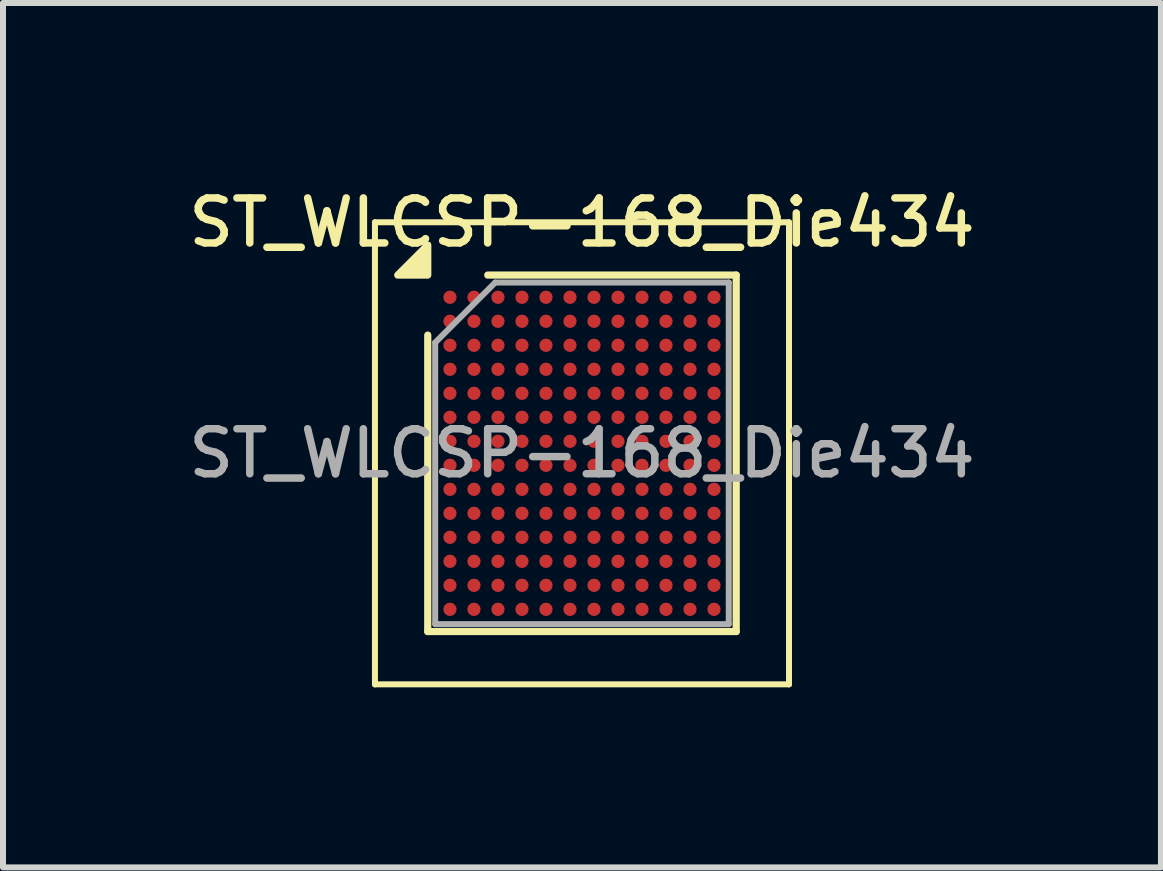
<source format=kicad_pcb>
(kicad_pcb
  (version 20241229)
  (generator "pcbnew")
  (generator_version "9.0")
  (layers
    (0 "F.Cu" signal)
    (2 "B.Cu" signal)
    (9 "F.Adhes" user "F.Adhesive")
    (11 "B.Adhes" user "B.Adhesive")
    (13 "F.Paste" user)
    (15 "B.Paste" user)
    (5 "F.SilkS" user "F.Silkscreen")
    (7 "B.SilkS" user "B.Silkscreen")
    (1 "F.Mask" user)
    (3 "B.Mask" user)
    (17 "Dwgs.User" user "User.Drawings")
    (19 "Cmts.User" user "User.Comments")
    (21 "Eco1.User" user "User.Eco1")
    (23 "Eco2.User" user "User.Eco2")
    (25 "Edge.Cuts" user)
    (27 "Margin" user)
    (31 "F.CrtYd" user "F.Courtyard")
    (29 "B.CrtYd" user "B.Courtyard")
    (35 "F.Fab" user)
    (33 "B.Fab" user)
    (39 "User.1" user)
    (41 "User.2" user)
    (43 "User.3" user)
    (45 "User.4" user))
  (footprint "ST_WLCSP-168_Die434"
    (layer "F.Cu")
    (at 6.648 4.504)
    (property "Reference" "ST_WLCSP-168_Die434" (at 0 -3.846 0) (layer "F.SilkS") (effects (font (size 0.75 0.75) (thickness 0.125))))
    (attr smd)
    (fp_line (start -3.45 -3.85) (end -3.45 3.85) (stroke (width 0.1) (type solid)) (layer "F.SilkS"))
    (fp_line (start -3.45 3.85) (end 3.45 3.85) (stroke (width 0.1) (type solid)) (layer "F.SilkS"))
    (fp_line (start -2.57 2.97) (end -2.57 -1.97) (stroke (width 0.12) (type solid)) (layer "F.SilkS"))
    (fp_line (start -1.57 -2.97) (end 2.57 -2.97) (stroke (width 0.12) (type solid)) (layer "F.SilkS"))
    (fp_line (start 2.57 -2.97) (end 2.57 2.97) (stroke (width 0.12) (type solid)) (layer "F.SilkS"))
    (fp_line (start 2.57 2.97) (end -2.57 2.97) (stroke (width 0.12) (type solid)) (layer "F.SilkS"))
    (fp_line (start 3.45 -3.85) (end -3.45 -3.85) (stroke (width 0.1) (type solid)) (layer "F.SilkS"))
    (fp_line (start 3.45 3.85) (end 3.45 -3.85) (stroke (width 0.1) (type solid)) (layer "F.SilkS"))
    (fp_poly (pts (xy -2.57 -2.97) (xy -3.07 -2.97) (xy -2.57 -3.47) (xy -2.57 -2.97)) (stroke (width 0.12) (type solid)) (fill yes) (layer "F.SilkS"))
    (fp_line (start -2.446 -1.846) (end -1.446 -2.846) (stroke (width 0.1) (type solid)) (layer "F.Fab"))
    (fp_line (start -2.446 2.846) (end -2.446 -1.846) (stroke (width 0.1) (type solid)) (layer "F.Fab"))
    (fp_line (start -1.446 -2.846) (end 2.446 -2.846) (stroke (width 0.1) (type solid)) (layer "F.Fab"))
    (fp_line (start 2.446 -2.846) (end 2.446 2.846) (stroke (width 0.1) (type solid)) (layer "F.Fab"))
    (fp_line (start 2.446 2.846) (end -2.446 2.846) (stroke (width 0.1) (type solid)) (layer "F.Fab"))
    (fp_text user "${REFERENCE}" (at 0 0 0) (layer "F.Fab") (effects (font (size 0.75 0.75) (thickness 0.125))))
    (pad "A1" smd circle (at -2.2 -2.6) (size 0.22 0.22) (property pad_prop_bga) (layers "F.Cu" "F.Mask" "F.Paste"))
    (pad "A2" smd circle (at -1.8 -2.6) (size 0.22 0.22) (property pad_prop_bga) (layers "F.Cu" "F.Mask" "F.Paste"))
    (pad "A3" smd circle (at -1.4 -2.6) (size 0.22 0.22) (property pad_prop_bga) (layers "F.Cu" "F.Mask" "F.Paste"))
    (pad "A4" smd circle (at -1 -2.6) (size 0.22 0.22) (property pad_prop_bga) (layers "F.Cu" "F.Mask" "F.Paste"))
    (pad "A5" smd circle (at -0.6 -2.6) (size 0.22 0.22) (property pad_prop_bga) (layers "F.Cu" "F.Mask" "F.Paste"))
    (pad "A6" smd circle (at -0.2 -2.6) (size 0.22 0.22) (property pad_prop_bga) (layers "F.Cu" "F.Mask" "F.Paste"))
    (pad "A7" smd circle (at 0.2 -2.6) (size 0.22 0.22) (property pad_prop_bga) (layers "F.Cu" "F.Mask" "F.Paste"))
    (pad "A8" smd circle (at 0.6 -2.6) (size 0.22 0.22) (property pad_prop_bga) (layers "F.Cu" "F.Mask" "F.Paste"))
    (pad "A9" smd circle (at 1 -2.6) (size 0.22 0.22) (property pad_prop_bga) (layers "F.Cu" "F.Mask" "F.Paste"))
    (pad "A10" smd circle (at 1.4 -2.6) (size 0.22 0.22) (property pad_prop_bga) (layers "F.Cu" "F.Mask" "F.Paste"))
    (pad "A11" smd circle (at 1.8 -2.6) (size 0.22 0.22) (property pad_prop_bga) (layers "F.Cu" "F.Mask" "F.Paste"))
    (pad "A12" smd circle (at 2.2 -2.6) (size 0.22 0.22) (property pad_prop_bga) (layers "F.Cu" "F.Mask" "F.Paste"))
    (pad "B1" smd circle (at -2.2 -2.2) (size 0.22 0.22) (property pad_prop_bga) (layers "F.Cu" "F.Mask" "F.Paste"))
    (pad "B2" smd circle (at -1.8 -2.2) (size 0.22 0.22) (property pad_prop_bga) (layers "F.Cu" "F.Mask" "F.Paste"))
    (pad "B3" smd circle (at -1.4 -2.2) (size 0.22 0.22) (property pad_prop_bga) (layers "F.Cu" "F.Mask" "F.Paste"))
    (pad "B4" smd circle (at -1 -2.2) (size 0.22 0.22) (property pad_prop_bga) (layers "F.Cu" "F.Mask" "F.Paste"))
    (pad "B5" smd circle (at -0.6 -2.2) (size 0.22 0.22) (property pad_prop_bga) (layers "F.Cu" "F.Mask" "F.Paste"))
    (pad "B6" smd circle (at -0.2 -2.2) (size 0.22 0.22) (property pad_prop_bga) (layers "F.Cu" "F.Mask" "F.Paste"))
    (pad "B7" smd circle (at 0.2 -2.2) (size 0.22 0.22) (property pad_prop_bga) (layers "F.Cu" "F.Mask" "F.Paste"))
    (pad "B8" smd circle (at 0.6 -2.2) (size 0.22 0.22) (property pad_prop_bga) (layers "F.Cu" "F.Mask" "F.Paste"))
    (pad "B9" smd circle (at 1 -2.2) (size 0.22 0.22) (property pad_prop_bga) (layers "F.Cu" "F.Mask" "F.Paste"))
    (pad "B10" smd circle (at 1.4 -2.2) (size 0.22 0.22) (property pad_prop_bga) (layers "F.Cu" "F.Mask" "F.Paste"))
    (pad "B11" smd circle (at 1.8 -2.2) (size 0.22 0.22) (property pad_prop_bga) (layers "F.Cu" "F.Mask" "F.Paste"))
    (pad "B12" smd circle (at 2.2 -2.2) (size 0.22 0.22) (property pad_prop_bga) (layers "F.Cu" "F.Mask" "F.Paste"))
    (pad "C1" smd circle (at -2.2 -1.8) (size 0.22 0.22) (property pad_prop_bga) (layers "F.Cu" "F.Mask" "F.Paste"))
    (pad "C2" smd circle (at -1.8 -1.8) (size 0.22 0.22) (property pad_prop_bga) (layers "F.Cu" "F.Mask" "F.Paste"))
    (pad "C3" smd circle (at -1.4 -1.8) (size 0.22 0.22) (property pad_prop_bga) (layers "F.Cu" "F.Mask" "F.Paste"))
    (pad "C4" smd circle (at -1 -1.8) (size 0.22 0.22) (property pad_prop_bga) (layers "F.Cu" "F.Mask" "F.Paste"))
    (pad "C5" smd circle (at -0.6 -1.8) (size 0.22 0.22) (property pad_prop_bga) (layers "F.Cu" "F.Mask" "F.Paste"))
    (pad "C6" smd circle (at -0.2 -1.8) (size 0.22 0.22) (property pad_prop_bga) (layers "F.Cu" "F.Mask" "F.Paste"))
    (pad "C7" smd circle (at 0.2 -1.8) (size 0.22 0.22) (property pad_prop_bga) (layers "F.Cu" "F.Mask" "F.Paste"))
    (pad "C8" smd circle (at 0.6 -1.8) (size 0.22 0.22) (property pad_prop_bga) (layers "F.Cu" "F.Mask" "F.Paste"))
    (pad "C9" smd circle (at 1 -1.8) (size 0.22 0.22) (property pad_prop_bga) (layers "F.Cu" "F.Mask" "F.Paste"))
    (pad "C10" smd circle (at 1.4 -1.8) (size 0.22 0.22) (property pad_prop_bga) (layers "F.Cu" "F.Mask" "F.Paste"))
    (pad "C11" smd circle (at 1.8 -1.8) (size 0.22 0.22) (property pad_prop_bga) (layers "F.Cu" "F.Mask" "F.Paste"))
    (pad "C12" smd circle (at 2.2 -1.8) (size 0.22 0.22) (property pad_prop_bga) (layers "F.Cu" "F.Mask" "F.Paste"))
    (pad "D1" smd circle (at -2.2 -1.4) (size 0.22 0.22) (property pad_prop_bga) (layers "F.Cu" "F.Mask" "F.Paste"))
    (pad "D2" smd circle (at -1.8 -1.4) (size 0.22 0.22) (property pad_prop_bga) (layers "F.Cu" "F.Mask" "F.Paste"))
    (pad "D3" smd circle (at -1.4 -1.4) (size 0.22 0.22) (property pad_prop_bga) (layers "F.Cu" "F.Mask" "F.Paste"))
    (pad "D4" smd circle (at -1 -1.4) (size 0.22 0.22) (property pad_prop_bga) (layers "F.Cu" "F.Mask" "F.Paste"))
    (pad "D5" smd circle (at -0.6 -1.4) (size 0.22 0.22) (property pad_prop_bga) (layers "F.Cu" "F.Mask" "F.Paste"))
    (pad "D6" smd circle (at -0.2 -1.4) (size 0.22 0.22) (property pad_prop_bga) (layers "F.Cu" "F.Mask" "F.Paste"))
    (pad "D7" smd circle (at 0.2 -1.4) (size 0.22 0.22) (property pad_prop_bga) (layers "F.Cu" "F.Mask" "F.Paste"))
    (pad "D8" smd circle (at 0.6 -1.4) (size 0.22 0.22) (property pad_prop_bga) (layers "F.Cu" "F.Mask" "F.Paste"))
    (pad "D9" smd circle (at 1 -1.4) (size 0.22 0.22) (property pad_prop_bga) (layers "F.Cu" "F.Mask" "F.Paste"))
    (pad "D10" smd circle (at 1.4 -1.4) (size 0.22 0.22) (property pad_prop_bga) (layers "F.Cu" "F.Mask" "F.Paste"))
    (pad "D11" smd circle (at 1.8 -1.4) (size 0.22 0.22) (property pad_prop_bga) (layers "F.Cu" "F.Mask" "F.Paste"))
    (pad "D12" smd circle (at 2.2 -1.4) (size 0.22 0.22) (property pad_prop_bga) (layers "F.Cu" "F.Mask" "F.Paste"))
    (pad "E1" smd circle (at -2.2 -1) (size 0.22 0.22) (property pad_prop_bga) (layers "F.Cu" "F.Mask" "F.Paste"))
    (pad "E2" smd circle (at -1.8 -1) (size 0.22 0.22) (property pad_prop_bga) (layers "F.Cu" "F.Mask" "F.Paste"))
    (pad "E3" smd circle (at -1.4 -1) (size 0.22 0.22) (property pad_prop_bga) (layers "F.Cu" "F.Mask" "F.Paste"))
    (pad "E4" smd circle (at -1 -1) (size 0.22 0.22) (property pad_prop_bga) (layers "F.Cu" "F.Mask" "F.Paste"))
    (pad "E5" smd circle (at -0.6 -1) (size 0.22 0.22) (property pad_prop_bga) (layers "F.Cu" "F.Mask" "F.Paste"))
    (pad "E6" smd circle (at -0.2 -1) (size 0.22 0.22) (property pad_prop_bga) (layers "F.Cu" "F.Mask" "F.Paste"))
    (pad "E7" smd circle (at 0.2 -1) (size 0.22 0.22) (property pad_prop_bga) (layers "F.Cu" "F.Mask" "F.Paste"))
    (pad "E8" smd circle (at 0.6 -1) (size 0.22 0.22) (property pad_prop_bga) (layers "F.Cu" "F.Mask" "F.Paste"))
    (pad "E9" smd circle (at 1 -1) (size 0.22 0.22) (property pad_prop_bga) (layers "F.Cu" "F.Mask" "F.Paste"))
    (pad "E10" smd circle (at 1.4 -1) (size 0.22 0.22) (property pad_prop_bga) (layers "F.Cu" "F.Mask" "F.Paste"))
    (pad "E11" smd circle (at 1.8 -1) (size 0.22 0.22) (property pad_prop_bga) (layers "F.Cu" "F.Mask" "F.Paste"))
    (pad "E12" smd circle (at 2.2 -1) (size 0.22 0.22) (property pad_prop_bga) (layers "F.Cu" "F.Mask" "F.Paste"))
    (pad "F1" smd circle (at -2.2 -0.6) (size 0.22 0.22) (property pad_prop_bga) (layers "F.Cu" "F.Mask" "F.Paste"))
    (pad "F2" smd circle (at -1.8 -0.6) (size 0.22 0.22) (property pad_prop_bga) (layers "F.Cu" "F.Mask" "F.Paste"))
    (pad "F3" smd circle (at -1.4 -0.6) (size 0.22 0.22) (property pad_prop_bga) (layers "F.Cu" "F.Mask" "F.Paste"))
    (pad "F4" smd circle (at -1 -0.6) (size 0.22 0.22) (property pad_prop_bga) (layers "F.Cu" "F.Mask" "F.Paste"))
    (pad "F5" smd circle (at -0.6 -0.6) (size 0.22 0.22) (property pad_prop_bga) (layers "F.Cu" "F.Mask" "F.Paste"))
    (pad "F6" smd circle (at -0.2 -0.6) (size 0.22 0.22) (property pad_prop_bga) (layers "F.Cu" "F.Mask" "F.Paste"))
    (pad "F7" smd circle (at 0.2 -0.6) (size 0.22 0.22) (property pad_prop_bga) (layers "F.Cu" "F.Mask" "F.Paste"))
    (pad "F8" smd circle (at 0.6 -0.6) (size 0.22 0.22) (property pad_prop_bga) (layers "F.Cu" "F.Mask" "F.Paste"))
    (pad "F9" smd circle (at 1 -0.6) (size 0.22 0.22) (property pad_prop_bga) (layers "F.Cu" "F.Mask" "F.Paste"))
    (pad "F10" smd circle (at 1.4 -0.6) (size 0.22 0.22) (property pad_prop_bga) (layers "F.Cu" "F.Mask" "F.Paste"))
    (pad "F11" smd circle (at 1.8 -0.6) (size 0.22 0.22) (property pad_prop_bga) (layers "F.Cu" "F.Mask" "F.Paste"))
    (pad "F12" smd circle (at 2.2 -0.6) (size 0.22 0.22) (property pad_prop_bga) (layers "F.Cu" "F.Mask" "F.Paste"))
    (pad "G1" smd circle (at -2.2 -0.2) (size 0.22 0.22) (property pad_prop_bga) (layers "F.Cu" "F.Mask" "F.Paste"))
    (pad "G2" smd circle (at -1.8 -0.2) (size 0.22 0.22) (property pad_prop_bga) (layers "F.Cu" "F.Mask" "F.Paste"))
    (pad "G3" smd circle (at -1.4 -0.2) (size 0.22 0.22) (property pad_prop_bga) (layers "F.Cu" "F.Mask" "F.Paste"))
    (pad "G4" smd circle (at -1 -0.2) (size 0.22 0.22) (property pad_prop_bga) (layers "F.Cu" "F.Mask" "F.Paste"))
    (pad "G5" smd circle (at -0.6 -0.2) (size 0.22 0.22) (property pad_prop_bga) (layers "F.Cu" "F.Mask" "F.Paste"))
    (pad "G6" smd circle (at -0.2 -0.2) (size 0.22 0.22) (property pad_prop_bga) (layers "F.Cu" "F.Mask" "F.Paste"))
    (pad "G7" smd circle (at 0.2 -0.2) (size 0.22 0.22) (property pad_prop_bga) (layers "F.Cu" "F.Mask" "F.Paste"))
    (pad "G8" smd circle (at 0.6 -0.2) (size 0.22 0.22) (property pad_prop_bga) (layers "F.Cu" "F.Mask" "F.Paste"))
    (pad "G9" smd circle (at 1 -0.2) (size 0.22 0.22) (property pad_prop_bga) (layers "F.Cu" "F.Mask" "F.Paste"))
    (pad "G10" smd circle (at 1.4 -0.2) (size 0.22 0.22) (property pad_prop_bga) (layers "F.Cu" "F.Mask" "F.Paste"))
    (pad "G11" smd circle (at 1.8 -0.2) (size 0.22 0.22) (property pad_prop_bga) (layers "F.Cu" "F.Mask" "F.Paste"))
    (pad "G12" smd circle (at 2.2 -0.2) (size 0.22 0.22) (property pad_prop_bga) (layers "F.Cu" "F.Mask" "F.Paste"))
    (pad "H1" smd circle (at -2.2 0.2) (size 0.22 0.22) (property pad_prop_bga) (layers "F.Cu" "F.Mask" "F.Paste"))
    (pad "H2" smd circle (at -1.8 0.2) (size 0.22 0.22) (property pad_prop_bga) (layers "F.Cu" "F.Mask" "F.Paste"))
    (pad "H3" smd circle (at -1.4 0.2) (size 0.22 0.22) (property pad_prop_bga) (layers "F.Cu" "F.Mask" "F.Paste"))
    (pad "H4" smd circle (at -1 0.2) (size 0.22 0.22) (property pad_prop_bga) (layers "F.Cu" "F.Mask" "F.Paste"))
    (pad "H5" smd circle (at -0.6 0.2) (size 0.22 0.22) (property pad_prop_bga) (layers "F.Cu" "F.Mask" "F.Paste"))
    (pad "H6" smd circle (at -0.2 0.2) (size 0.22 0.22) (property pad_prop_bga) (layers "F.Cu" "F.Mask" "F.Paste"))
    (pad "H7" smd circle (at 0.2 0.2) (size 0.22 0.22) (property pad_prop_bga) (layers "F.Cu" "F.Mask" "F.Paste"))
    (pad "H8" smd circle (at 0.6 0.2) (size 0.22 0.22) (property pad_prop_bga) (layers "F.Cu" "F.Mask" "F.Paste"))
    (pad "H9" smd circle (at 1 0.2) (size 0.22 0.22) (property pad_prop_bga) (layers "F.Cu" "F.Mask" "F.Paste"))
    (pad "H10" smd circle (at 1.4 0.2) (size 0.22 0.22) (property pad_prop_bga) (layers "F.Cu" "F.Mask" "F.Paste"))
    (pad "H11" smd circle (at 1.8 0.2) (size 0.22 0.22) (property pad_prop_bga) (layers "F.Cu" "F.Mask" "F.Paste"))
    (pad "H12" smd circle (at 2.2 0.2) (size 0.22 0.22) (property pad_prop_bga) (layers "F.Cu" "F.Mask" "F.Paste"))
    (pad "J1" smd circle (at -2.2 0.6) (size 0.22 0.22) (property pad_prop_bga) (layers "F.Cu" "F.Mask" "F.Paste"))
    (pad "J2" smd circle (at -1.8 0.6) (size 0.22 0.22) (property pad_prop_bga) (layers "F.Cu" "F.Mask" "F.Paste"))
    (pad "J3" smd circle (at -1.4 0.6) (size 0.22 0.22) (property pad_prop_bga) (layers "F.Cu" "F.Mask" "F.Paste"))
    (pad "J4" smd circle (at -1 0.6) (size 0.22 0.22) (property pad_prop_bga) (layers "F.Cu" "F.Mask" "F.Paste"))
    (pad "J5" smd circle (at -0.6 0.6) (size 0.22 0.22) (property pad_prop_bga) (layers "F.Cu" "F.Mask" "F.Paste"))
    (pad "J6" smd circle (at -0.2 0.6) (size 0.22 0.22) (property pad_prop_bga) (layers "F.Cu" "F.Mask" "F.Paste"))
    (pad "J7" smd circle (at 0.2 0.6) (size 0.22 0.22) (property pad_prop_bga) (layers "F.Cu" "F.Mask" "F.Paste"))
    (pad "J8" smd circle (at 0.6 0.6) (size 0.22 0.22) (property pad_prop_bga) (layers "F.Cu" "F.Mask" "F.Paste"))
    (pad "J9" smd circle (at 1 0.6) (size 0.22 0.22) (property pad_prop_bga) (layers "F.Cu" "F.Mask" "F.Paste"))
    (pad "J10" smd circle (at 1.4 0.6) (size 0.22 0.22) (property pad_prop_bga) (layers "F.Cu" "F.Mask" "F.Paste"))
    (pad "J11" smd circle (at 1.8 0.6) (size 0.22 0.22) (property pad_prop_bga) (layers "F.Cu" "F.Mask" "F.Paste"))
    (pad "J12" smd circle (at 2.2 0.6) (size 0.22 0.22) (property pad_prop_bga) (layers "F.Cu" "F.Mask" "F.Paste"))
    (pad "K1" smd circle (at -2.2 1) (size 0.22 0.22) (property pad_prop_bga) (layers "F.Cu" "F.Mask" "F.Paste"))
    (pad "K2" smd circle (at -1.8 1) (size 0.22 0.22) (property pad_prop_bga) (layers "F.Cu" "F.Mask" "F.Paste"))
    (pad "K3" smd circle (at -1.4 1) (size 0.22 0.22) (property pad_prop_bga) (layers "F.Cu" "F.Mask" "F.Paste"))
    (pad "K4" smd circle (at -1 1) (size 0.22 0.22) (property pad_prop_bga) (layers "F.Cu" "F.Mask" "F.Paste"))
    (pad "K5" smd circle (at -0.6 1) (size 0.22 0.22) (property pad_prop_bga) (layers "F.Cu" "F.Mask" "F.Paste"))
    (pad "K6" smd circle (at -0.2 1) (size 0.22 0.22) (property pad_prop_bga) (layers "F.Cu" "F.Mask" "F.Paste"))
    (pad "K7" smd circle (at 0.2 1) (size 0.22 0.22) (property pad_prop_bga) (layers "F.Cu" "F.Mask" "F.Paste"))
    (pad "K8" smd circle (at 0.6 1) (size 0.22 0.22) (property pad_prop_bga) (layers "F.Cu" "F.Mask" "F.Paste"))
    (pad "K9" smd circle (at 1 1) (size 0.22 0.22) (property pad_prop_bga) (layers "F.Cu" "F.Mask" "F.Paste"))
    (pad "K10" smd circle (at 1.4 1) (size 0.22 0.22) (property pad_prop_bga) (layers "F.Cu" "F.Mask" "F.Paste"))
    (pad "K11" smd circle (at 1.8 1) (size 0.22 0.22) (property pad_prop_bga) (layers "F.Cu" "F.Mask" "F.Paste"))
    (pad "K12" smd circle (at 2.2 1) (size 0.22 0.22) (property pad_prop_bga) (layers "F.Cu" "F.Mask" "F.Paste"))
    (pad "L1" smd circle (at -2.2 1.4) (size 0.22 0.22) (property pad_prop_bga) (layers "F.Cu" "F.Mask" "F.Paste"))
    (pad "L2" smd circle (at -1.8 1.4) (size 0.22 0.22) (property pad_prop_bga) (layers "F.Cu" "F.Mask" "F.Paste"))
    (pad "L3" smd circle (at -1.4 1.4) (size 0.22 0.22) (property pad_prop_bga) (layers "F.Cu" "F.Mask" "F.Paste"))
    (pad "L4" smd circle (at -1 1.4) (size 0.22 0.22) (property pad_prop_bga) (layers "F.Cu" "F.Mask" "F.Paste"))
    (pad "L5" smd circle (at -0.6 1.4) (size 0.22 0.22) (property pad_prop_bga) (layers "F.Cu" "F.Mask" "F.Paste"))
    (pad "L6" smd circle (at -0.2 1.4) (size 0.22 0.22) (property pad_prop_bga) (layers "F.Cu" "F.Mask" "F.Paste"))
    (pad "L7" smd circle (at 0.2 1.4) (size 0.22 0.22) (property pad_prop_bga) (layers "F.Cu" "F.Mask" "F.Paste"))
    (pad "L8" smd circle (at 0.6 1.4) (size 0.22 0.22) (property pad_prop_bga) (layers "F.Cu" "F.Mask" "F.Paste"))
    (pad "L9" smd circle (at 1 1.4) (size 0.22 0.22) (property pad_prop_bga) (layers "F.Cu" "F.Mask" "F.Paste"))
    (pad "L10" smd circle (at 1.4 1.4) (size 0.22 0.22) (property pad_prop_bga) (layers "F.Cu" "F.Mask" "F.Paste"))
    (pad "L11" smd circle (at 1.8 1.4) (size 0.22 0.22) (property pad_prop_bga) (layers "F.Cu" "F.Mask" "F.Paste"))
    (pad "L12" smd circle (at 2.2 1.4) (size 0.22 0.22) (property pad_prop_bga) (layers "F.Cu" "F.Mask" "F.Paste"))
    (pad "M1" smd circle (at -2.2 1.8) (size 0.22 0.22) (property pad_prop_bga) (layers "F.Cu" "F.Mask" "F.Paste"))
    (pad "M2" smd circle (at -1.8 1.8) (size 0.22 0.22) (property pad_prop_bga) (layers "F.Cu" "F.Mask" "F.Paste"))
    (pad "M3" smd circle (at -1.4 1.8) (size 0.22 0.22) (property pad_prop_bga) (layers "F.Cu" "F.Mask" "F.Paste"))
    (pad "M4" smd circle (at -1 1.8) (size 0.22 0.22) (property pad_prop_bga) (layers "F.Cu" "F.Mask" "F.Paste"))
    (pad "M5" smd circle (at -0.6 1.8) (size 0.22 0.22) (property pad_prop_bga) (layers "F.Cu" "F.Mask" "F.Paste"))
    (pad "M6" smd circle (at -0.2 1.8) (size 0.22 0.22) (property pad_prop_bga) (layers "F.Cu" "F.Mask" "F.Paste"))
    (pad "M7" smd circle (at 0.2 1.8) (size 0.22 0.22) (property pad_prop_bga) (layers "F.Cu" "F.Mask" "F.Paste"))
    (pad "M8" smd circle (at 0.6 1.8) (size 0.22 0.22) (property pad_prop_bga) (layers "F.Cu" "F.Mask" "F.Paste"))
    (pad "M9" smd circle (at 1 1.8) (size 0.22 0.22) (property pad_prop_bga) (layers "F.Cu" "F.Mask" "F.Paste"))
    (pad "M10" smd circle (at 1.4 1.8) (size 0.22 0.22) (property pad_prop_bga) (layers "F.Cu" "F.Mask" "F.Paste"))
    (pad "M11" smd circle (at 1.8 1.8) (size 0.22 0.22) (property pad_prop_bga) (layers "F.Cu" "F.Mask" "F.Paste"))
    (pad "M12" smd circle (at 2.2 1.8) (size 0.22 0.22) (property pad_prop_bga) (layers "F.Cu" "F.Mask" "F.Paste"))
    (pad "N1" smd circle (at -2.2 2.2) (size 0.22 0.22) (property pad_prop_bga) (layers "F.Cu" "F.Mask" "F.Paste"))
    (pad "N2" smd circle (at -1.8 2.2) (size 0.22 0.22) (property pad_prop_bga) (layers "F.Cu" "F.Mask" "F.Paste"))
    (pad "N3" smd circle (at -1.4 2.2) (size 0.22 0.22) (property pad_prop_bga) (layers "F.Cu" "F.Mask" "F.Paste"))
    (pad "N4" smd circle (at -1 2.2) (size 0.22 0.22) (property pad_prop_bga) (layers "F.Cu" "F.Mask" "F.Paste"))
    (pad "N5" smd circle (at -0.6 2.2) (size 0.22 0.22) (property pad_prop_bga) (layers "F.Cu" "F.Mask" "F.Paste"))
    (pad "N6" smd circle (at -0.2 2.2) (size 0.22 0.22) (property pad_prop_bga) (layers "F.Cu" "F.Mask" "F.Paste"))
    (pad "N7" smd circle (at 0.2 2.2) (size 0.22 0.22) (property pad_prop_bga) (layers "F.Cu" "F.Mask" "F.Paste"))
    (pad "N8" smd circle (at 0.6 2.2) (size 0.22 0.22) (property pad_prop_bga) (layers "F.Cu" "F.Mask" "F.Paste"))
    (pad "N9" smd circle (at 1 2.2) (size 0.22 0.22) (property pad_prop_bga) (layers "F.Cu" "F.Mask" "F.Paste"))
    (pad "N10" smd circle (at 1.4 2.2) (size 0.22 0.22) (property pad_prop_bga) (layers "F.Cu" "F.Mask" "F.Paste"))
    (pad "N11" smd circle (at 1.8 2.2) (size 0.22 0.22) (property pad_prop_bga) (layers "F.Cu" "F.Mask" "F.Paste"))
    (pad "N12" smd circle (at 2.2 2.2) (size 0.22 0.22) (property pad_prop_bga) (layers "F.Cu" "F.Mask" "F.Paste"))
    (pad "P1" smd circle (at -2.2 2.6) (size 0.22 0.22) (property pad_prop_bga) (layers "F.Cu" "F.Mask" "F.Paste"))
    (pad "P2" smd circle (at -1.8 2.6) (size 0.22 0.22) (property pad_prop_bga) (layers "F.Cu" "F.Mask" "F.Paste"))
    (pad "P3" smd circle (at -1.4 2.6) (size 0.22 0.22) (property pad_prop_bga) (layers "F.Cu" "F.Mask" "F.Paste"))
    (pad "P4" smd circle (at -1 2.6) (size 0.22 0.22) (property pad_prop_bga) (layers "F.Cu" "F.Mask" "F.Paste"))
    (pad "P5" smd circle (at -0.6 2.6) (size 0.22 0.22) (property pad_prop_bga) (layers "F.Cu" "F.Mask" "F.Paste"))
    (pad "P6" smd circle (at -0.2 2.6) (size 0.22 0.22) (property pad_prop_bga) (layers "F.Cu" "F.Mask" "F.Paste"))
    (pad "P7" smd circle (at 0.2 2.6) (size 0.22 0.22) (property pad_prop_bga) (layers "F.Cu" "F.Mask" "F.Paste"))
    (pad "P8" smd circle (at 0.6 2.6) (size 0.22 0.22) (property pad_prop_bga) (layers "F.Cu" "F.Mask" "F.Paste"))
    (pad "P9" smd circle (at 1 2.6) (size 0.22 0.22) (property pad_prop_bga) (layers "F.Cu" "F.Mask" "F.Paste"))
    (pad "P10" smd circle (at 1.4 2.6) (size 0.22 0.22) (property pad_prop_bga) (layers "F.Cu" "F.Mask" "F.Paste"))
    (pad "P11" smd circle (at 1.8 2.6) (size 0.22 0.22) (property pad_prop_bga) (layers "F.Cu" "F.Mask" "F.Paste"))
    (pad "P12" smd circle (at 2.2 2.6) (size 0.22 0.22) (property pad_prop_bga) (layers "F.Cu" "F.Mask" "F.Paste")))
  (gr_rect
    (start -3 -3)
    (end 16.296 11.404)
    (stroke (width 0.1) (type default))
    (fill no)
    (layer "Edge.Cuts")))
</source>
